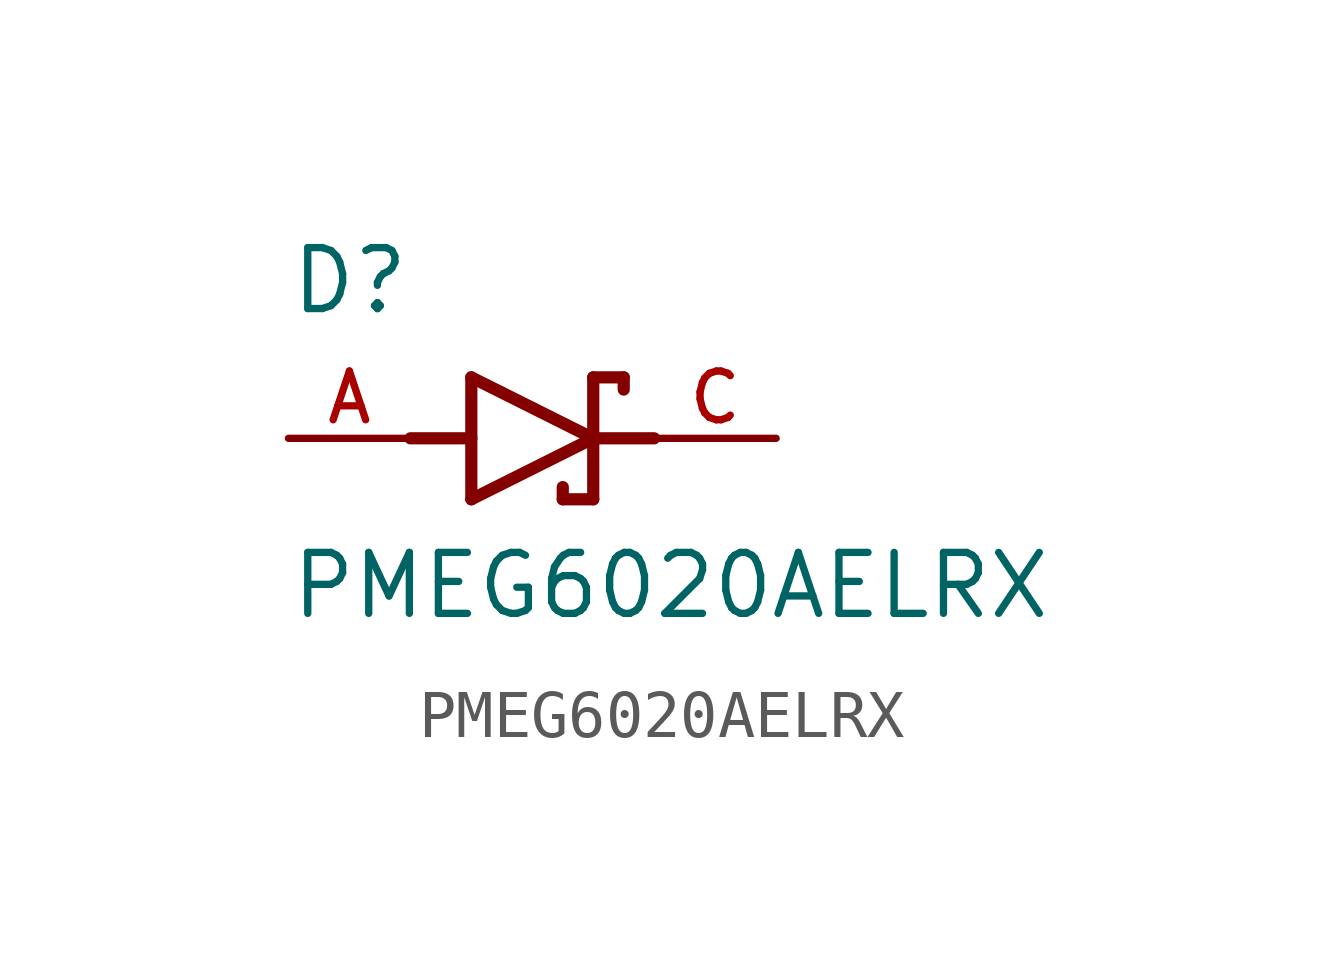
<source format=kicad_sym>
(kicad_symbol_lib
  (version 20231120)
  (generator "kicad_symbol_editor")
  (generator_version "8.0")
  (symbol "PMEG6020AELRX"
    (pin_names
      (offset 1.016))
    (property "Reference" "D"
      (at -5.08 2.54 0)
      (effects (font (size 1.27 1.27)) (justify left bottom)))
    (property "Value" "PMEG6020AELRX"
      (at -5.08 -3.81 0)
      (effects (font (size 1.27 1.27)) (justify left bottom)))
    (symbol "PMEG6020AELRX_0_0"
      (polyline (pts (xy -2.54 0) (xy -1.27 0)) (stroke (width 0.254) (type default)) (fill (type none)))
      (polyline (pts (xy -1.27 -1.27) (xy 1.27 0)) (stroke (width 0.254) (type default)) (fill (type none)))
      (polyline (pts (xy -1.27 1.27) (xy -1.27 -1.27)) (stroke (width 0.254) (type default)) (fill (type none)))
      (polyline (pts (xy 0.635 -1.016) (xy 0.635 -1.27)) (stroke (width 0.254) (type default)) (fill (type none)))
      (polyline (pts (xy 1.27 -1.27) (xy 0.635 -1.27)) (stroke (width 0.254) (type default)) (fill (type none)))
      (polyline (pts (xy 1.27 0) (xy -1.27 1.27)) (stroke (width 0.254) (type default)) (fill (type none)))
      (polyline (pts (xy 1.27 1.27) (xy 1.27 -1.27)) (stroke (width 0.254) (type default)) (fill (type none)))
      (polyline (pts (xy 1.905 1.27) (xy 1.27 1.27)) (stroke (width 0.254) (type default)) (fill (type none)))
      (polyline (pts (xy 1.905 1.27) (xy 1.905 1.016)) (stroke (width 0.254) (type default)) (fill (type none)))
      (polyline (pts (xy 2.54 0) (xy 1.27 0)) (stroke (width 0.254) (type default)) (fill (type none)))
      (pin passive line (at -5.08 0 0) (length 2.54) (name "~" (effects (font (size 1.016 1.016)))) (number "A" (effects (font (size 1.016 1.016)))))
      (pin passive line (at 5.08 0 180) (length 2.54) (name "~" (effects (font (size 1.016 1.016)))) (number "C" (effects (font (size 1.016 1.016))))))))
</source>
